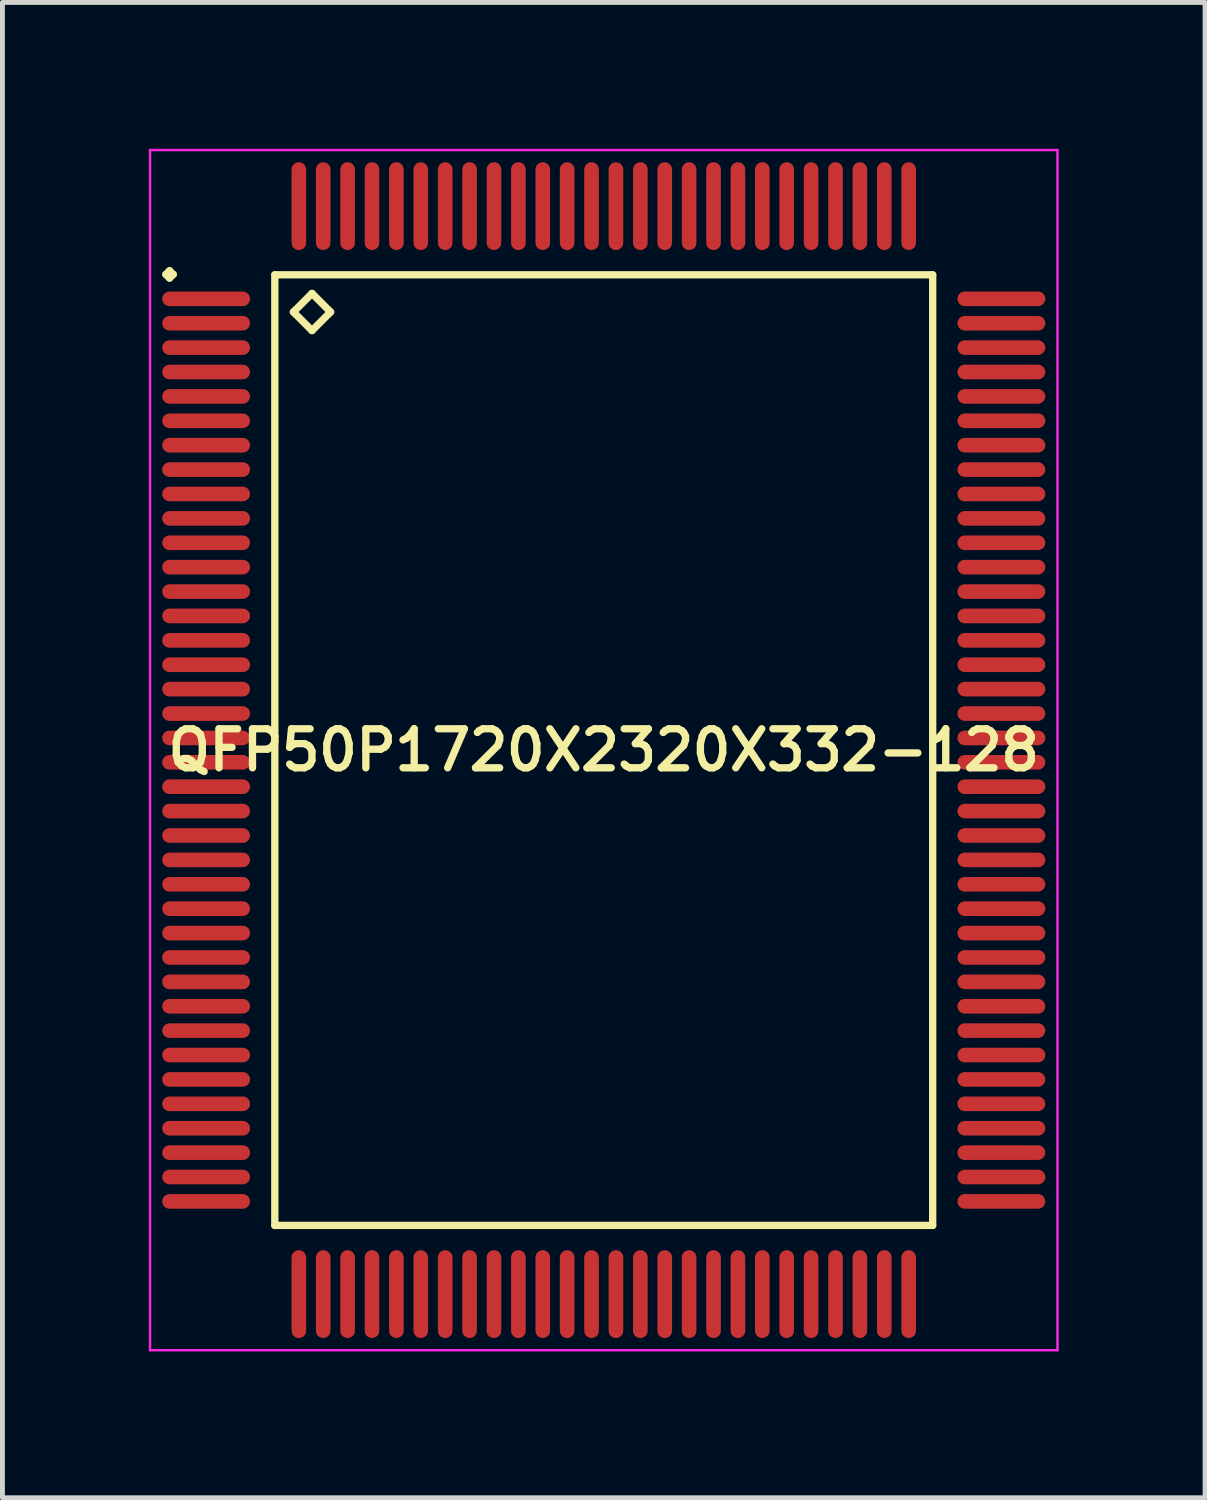
<source format=kicad_pcb>
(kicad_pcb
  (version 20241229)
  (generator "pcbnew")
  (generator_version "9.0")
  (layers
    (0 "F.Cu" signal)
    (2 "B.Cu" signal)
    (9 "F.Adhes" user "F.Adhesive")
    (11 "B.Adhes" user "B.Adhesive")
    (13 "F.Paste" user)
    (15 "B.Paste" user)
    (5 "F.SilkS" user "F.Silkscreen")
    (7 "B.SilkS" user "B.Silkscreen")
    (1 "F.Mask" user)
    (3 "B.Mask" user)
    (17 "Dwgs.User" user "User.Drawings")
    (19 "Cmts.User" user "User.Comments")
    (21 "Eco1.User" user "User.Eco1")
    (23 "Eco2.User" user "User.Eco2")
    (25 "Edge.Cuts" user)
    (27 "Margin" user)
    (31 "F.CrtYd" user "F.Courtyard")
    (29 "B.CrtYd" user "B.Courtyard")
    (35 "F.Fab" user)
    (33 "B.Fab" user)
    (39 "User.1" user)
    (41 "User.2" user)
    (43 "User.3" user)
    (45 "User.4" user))
  (footprint "QFP50P1720X2320X332-128"
    (layer "F.Cu")
    (at 9.325 12.325)
    (property "Reference" "QFP50P1720X2320X332-128" (at 0 0 0) (layer "F.SilkS") (effects (font (size 0.8 0.8) (thickness 0.15))))
    (attr smd)
    (fp_line (start -8.975 -9.75) (end -8.9 -9.825) (stroke (width 0.15) (type solid)) (layer "F.SilkS"))
    (fp_line (start -8.9 -9.825) (end -8.825 -9.75) (stroke (width 0.15) (type solid)) (layer "F.SilkS"))
    (fp_line (start -8.9 -9.675) (end -8.975 -9.75) (stroke (width 0.15) (type solid)) (layer "F.SilkS"))
    (fp_line (start -8.825 -9.75) (end -8.9 -9.675) (stroke (width 0.15) (type solid)) (layer "F.SilkS"))
    (fp_line (start -6.742 -9.742) (end -6.742 9.742) (stroke (width 0.15) (type solid)) (layer "F.SilkS"))
    (fp_line (start -6.742 9.742) (end 6.742 9.742) (stroke (width 0.15) (type solid)) (layer "F.SilkS"))
    (fp_line (start -6.361 -8.98) (end -5.98 -9.361) (stroke (width 0.15) (type solid)) (layer "F.SilkS"))
    (fp_line (start -5.98 -9.361) (end -5.599 -8.98) (stroke (width 0.15) (type solid)) (layer "F.SilkS"))
    (fp_line (start -5.98 -8.599) (end -6.361 -8.98) (stroke (width 0.15) (type solid)) (layer "F.SilkS"))
    (fp_line (start -5.599 -8.98) (end -5.98 -8.599) (stroke (width 0.15) (type solid)) (layer "F.SilkS"))
    (fp_line (start 6.742 -9.742) (end -6.742 -9.742) (stroke (width 0.15) (type solid)) (layer "F.SilkS"))
    (fp_line (start 6.742 9.742) (end 6.742 -9.742) (stroke (width 0.15) (type solid)) (layer "F.SilkS"))
    (fp_line (start -9.3 -12.3) (end 9.3 -12.3) (stroke (width 0.05) (type solid)) (layer "F.CrtYd"))
    (fp_line (start -9.3 12.3) (end -9.3 -12.3) (stroke (width 0.05) (type solid)) (layer "F.CrtYd"))
    (fp_line (start 9.3 -12.3) (end 9.3 12.3) (stroke (width 0.05) (type solid)) (layer "F.CrtYd"))
    (fp_line (start 9.3 12.3) (end -9.3 12.3) (stroke (width 0.05) (type solid)) (layer "F.CrtYd"))
    (pad "1" smd oval (at -8.15 -9.25) (size 1.8 0.3) (layers "F.Cu" "F.Mask" "F.Paste"))
    (pad "2" smd oval (at -8.15 -8.75) (size 1.8 0.3) (layers "F.Cu" "F.Mask" "F.Paste"))
    (pad "3" smd oval (at -8.15 -8.25) (size 1.8 0.3) (layers "F.Cu" "F.Mask" "F.Paste"))
    (pad "4" smd oval (at -8.15 -7.75) (size 1.8 0.3) (layers "F.Cu" "F.Mask" "F.Paste"))
    (pad "5" smd oval (at -8.15 -7.25) (size 1.8 0.3) (layers "F.Cu" "F.Mask" "F.Paste"))
    (pad "6" smd oval (at -8.15 -6.75) (size 1.8 0.3) (layers "F.Cu" "F.Mask" "F.Paste"))
    (pad "7" smd oval (at -8.15 -6.25) (size 1.8 0.3) (layers "F.Cu" "F.Mask" "F.Paste"))
    (pad "8" smd oval (at -8.15 -5.75) (size 1.8 0.3) (layers "F.Cu" "F.Mask" "F.Paste"))
    (pad "9" smd oval (at -8.15 -5.25) (size 1.8 0.3) (layers "F.Cu" "F.Mask" "F.Paste"))
    (pad "10" smd oval (at -8.15 -4.75) (size 1.8 0.3) (layers "F.Cu" "F.Mask" "F.Paste"))
    (pad "11" smd oval (at -8.15 -4.25) (size 1.8 0.3) (layers "F.Cu" "F.Mask" "F.Paste"))
    (pad "12" smd oval (at -8.15 -3.75) (size 1.8 0.3) (layers "F.Cu" "F.Mask" "F.Paste"))
    (pad "13" smd oval (at -8.15 -3.25) (size 1.8 0.3) (layers "F.Cu" "F.Mask" "F.Paste"))
    (pad "14" smd oval (at -8.15 -2.75) (size 1.8 0.3) (layers "F.Cu" "F.Mask" "F.Paste"))
    (pad "15" smd oval (at -8.15 -2.25) (size 1.8 0.3) (layers "F.Cu" "F.Mask" "F.Paste"))
    (pad "16" smd oval (at -8.15 -1.75) (size 1.8 0.3) (layers "F.Cu" "F.Mask" "F.Paste"))
    (pad "17" smd oval (at -8.15 -1.25) (size 1.8 0.3) (layers "F.Cu" "F.Mask" "F.Paste"))
    (pad "18" smd oval (at -8.15 -0.75) (size 1.8 0.3) (layers "F.Cu" "F.Mask" "F.Paste"))
    (pad "19" smd oval (at -8.15 -0.25) (size 1.8 0.3) (layers "F.Cu" "F.Mask" "F.Paste"))
    (pad "20" smd oval (at -8.15 0.25) (size 1.8 0.3) (layers "F.Cu" "F.Mask" "F.Paste"))
    (pad "21" smd oval (at -8.15 0.75) (size 1.8 0.3) (layers "F.Cu" "F.Mask" "F.Paste"))
    (pad "22" smd oval (at -8.15 1.25) (size 1.8 0.3) (layers "F.Cu" "F.Mask" "F.Paste"))
    (pad "23" smd oval (at -8.15 1.75) (size 1.8 0.3) (layers "F.Cu" "F.Mask" "F.Paste"))
    (pad "24" smd oval (at -8.15 2.25) (size 1.8 0.3) (layers "F.Cu" "F.Mask" "F.Paste"))
    (pad "25" smd oval (at -8.15 2.75) (size 1.8 0.3) (layers "F.Cu" "F.Mask" "F.Paste"))
    (pad "26" smd oval (at -8.15 3.25) (size 1.8 0.3) (layers "F.Cu" "F.Mask" "F.Paste"))
    (pad "27" smd oval (at -8.15 3.75) (size 1.8 0.3) (layers "F.Cu" "F.Mask" "F.Paste"))
    (pad "28" smd oval (at -8.15 4.25) (size 1.8 0.3) (layers "F.Cu" "F.Mask" "F.Paste"))
    (pad "29" smd oval (at -8.15 4.75) (size 1.8 0.3) (layers "F.Cu" "F.Mask" "F.Paste"))
    (pad "30" smd oval (at -8.15 5.25) (size 1.8 0.3) (layers "F.Cu" "F.Mask" "F.Paste"))
    (pad "31" smd oval (at -8.15 5.75) (size 1.8 0.3) (layers "F.Cu" "F.Mask" "F.Paste"))
    (pad "32" smd oval (at -8.15 6.25) (size 1.8 0.3) (layers "F.Cu" "F.Mask" "F.Paste"))
    (pad "33" smd oval (at -8.15 6.75) (size 1.8 0.3) (layers "F.Cu" "F.Mask" "F.Paste"))
    (pad "34" smd oval (at -8.15 7.25) (size 1.8 0.3) (layers "F.Cu" "F.Mask" "F.Paste"))
    (pad "35" smd oval (at -8.15 7.75) (size 1.8 0.3) (layers "F.Cu" "F.Mask" "F.Paste"))
    (pad "36" smd oval (at -8.15 8.25) (size 1.8 0.3) (layers "F.Cu" "F.Mask" "F.Paste"))
    (pad "37" smd oval (at -8.15 8.75) (size 1.8 0.3) (layers "F.Cu" "F.Mask" "F.Paste"))
    (pad "38" smd oval (at -8.15 9.25) (size 1.8 0.3) (layers "F.Cu" "F.Mask" "F.Paste"))
    (pad "39" smd oval (at -6.25 11.15) (size 0.3 1.8) (layers "F.Cu" "F.Mask" "F.Paste"))
    (pad "40" smd oval (at -5.75 11.15) (size 0.3 1.8) (layers "F.Cu" "F.Mask" "F.Paste"))
    (pad "41" smd oval (at -5.25 11.15) (size 0.3 1.8) (layers "F.Cu" "F.Mask" "F.Paste"))
    (pad "42" smd oval (at -4.75 11.15) (size 0.3 1.8) (layers "F.Cu" "F.Mask" "F.Paste"))
    (pad "43" smd oval (at -4.25 11.15) (size 0.3 1.8) (layers "F.Cu" "F.Mask" "F.Paste"))
    (pad "44" smd oval (at -3.75 11.15) (size 0.3 1.8) (layers "F.Cu" "F.Mask" "F.Paste"))
    (pad "45" smd oval (at -3.25 11.15) (size 0.3 1.8) (layers "F.Cu" "F.Mask" "F.Paste"))
    (pad "46" smd oval (at -2.75 11.15) (size 0.3 1.8) (layers "F.Cu" "F.Mask" "F.Paste"))
    (pad "47" smd oval (at -2.25 11.15) (size 0.3 1.8) (layers "F.Cu" "F.Mask" "F.Paste"))
    (pad "48" smd oval (at -1.75 11.15) (size 0.3 1.8) (layers "F.Cu" "F.Mask" "F.Paste"))
    (pad "49" smd oval (at -1.25 11.15) (size 0.3 1.8) (layers "F.Cu" "F.Mask" "F.Paste"))
    (pad "50" smd oval (at -0.75 11.15) (size 0.3 1.8) (layers "F.Cu" "F.Mask" "F.Paste"))
    (pad "51" smd oval (at -0.25 11.15) (size 0.3 1.8) (layers "F.Cu" "F.Mask" "F.Paste"))
    (pad "52" smd oval (at 0.25 11.15) (size 0.3 1.8) (layers "F.Cu" "F.Mask" "F.Paste"))
    (pad "53" smd oval (at 0.75 11.15) (size 0.3 1.8) (layers "F.Cu" "F.Mask" "F.Paste"))
    (pad "54" smd oval (at 1.25 11.15) (size 0.3 1.8) (layers "F.Cu" "F.Mask" "F.Paste"))
    (pad "55" smd oval (at 1.75 11.15) (size 0.3 1.8) (layers "F.Cu" "F.Mask" "F.Paste"))
    (pad "56" smd oval (at 2.25 11.15) (size 0.3 1.8) (layers "F.Cu" "F.Mask" "F.Paste"))
    (pad "57" smd oval (at 2.75 11.15) (size 0.3 1.8) (layers "F.Cu" "F.Mask" "F.Paste"))
    (pad "58" smd oval (at 3.25 11.15) (size 0.3 1.8) (layers "F.Cu" "F.Mask" "F.Paste"))
    (pad "59" smd oval (at 3.75 11.15) (size 0.3 1.8) (layers "F.Cu" "F.Mask" "F.Paste"))
    (pad "60" smd oval (at 4.25 11.15) (size 0.3 1.8) (layers "F.Cu" "F.Mask" "F.Paste"))
    (pad "61" smd oval (at 4.75 11.15) (size 0.3 1.8) (layers "F.Cu" "F.Mask" "F.Paste"))
    (pad "62" smd oval (at 5.25 11.15) (size 0.3 1.8) (layers "F.Cu" "F.Mask" "F.Paste"))
    (pad "63" smd oval (at 5.75 11.15) (size 0.3 1.8) (layers "F.Cu" "F.Mask" "F.Paste"))
    (pad "64" smd oval (at 6.25 11.15) (size 0.3 1.8) (layers "F.Cu" "F.Mask" "F.Paste"))
    (pad "65" smd oval (at 8.15 9.25) (size 1.8 0.3) (layers "F.Cu" "F.Mask" "F.Paste"))
    (pad "66" smd oval (at 8.15 8.75) (size 1.8 0.3) (layers "F.Cu" "F.Mask" "F.Paste"))
    (pad "67" smd oval (at 8.15 8.25) (size 1.8 0.3) (layers "F.Cu" "F.Mask" "F.Paste"))
    (pad "68" smd oval (at 8.15 7.75) (size 1.8 0.3) (layers "F.Cu" "F.Mask" "F.Paste"))
    (pad "69" smd oval (at 8.15 7.25) (size 1.8 0.3) (layers "F.Cu" "F.Mask" "F.Paste"))
    (pad "70" smd oval (at 8.15 6.75) (size 1.8 0.3) (layers "F.Cu" "F.Mask" "F.Paste"))
    (pad "71" smd oval (at 8.15 6.25) (size 1.8 0.3) (layers "F.Cu" "F.Mask" "F.Paste"))
    (pad "72" smd oval (at 8.15 5.75) (size 1.8 0.3) (layers "F.Cu" "F.Mask" "F.Paste"))
    (pad "73" smd oval (at 8.15 5.25) (size 1.8 0.3) (layers "F.Cu" "F.Mask" "F.Paste"))
    (pad "74" smd oval (at 8.15 4.75) (size 1.8 0.3) (layers "F.Cu" "F.Mask" "F.Paste"))
    (pad "75" smd oval (at 8.15 4.25) (size 1.8 0.3) (layers "F.Cu" "F.Mask" "F.Paste"))
    (pad "76" smd oval (at 8.15 3.75) (size 1.8 0.3) (layers "F.Cu" "F.Mask" "F.Paste"))
    (pad "77" smd oval (at 8.15 3.25) (size 1.8 0.3) (layers "F.Cu" "F.Mask" "F.Paste"))
    (pad "78" smd oval (at 8.15 2.75) (size 1.8 0.3) (layers "F.Cu" "F.Mask" "F.Paste"))
    (pad "79" smd oval (at 8.15 2.25) (size 1.8 0.3) (layers "F.Cu" "F.Mask" "F.Paste"))
    (pad "80" smd oval (at 8.15 1.75) (size 1.8 0.3) (layers "F.Cu" "F.Mask" "F.Paste"))
    (pad "81" smd oval (at 8.15 1.25) (size 1.8 0.3) (layers "F.Cu" "F.Mask" "F.Paste"))
    (pad "82" smd oval (at 8.15 0.75) (size 1.8 0.3) (layers "F.Cu" "F.Mask" "F.Paste"))
    (pad "83" smd oval (at 8.15 0.25) (size 1.8 0.3) (layers "F.Cu" "F.Mask" "F.Paste"))
    (pad "84" smd oval (at 8.15 -0.25) (size 1.8 0.3) (layers "F.Cu" "F.Mask" "F.Paste"))
    (pad "85" smd oval (at 8.15 -0.75) (size 1.8 0.3) (layers "F.Cu" "F.Mask" "F.Paste"))
    (pad "86" smd oval (at 8.15 -1.25) (size 1.8 0.3) (layers "F.Cu" "F.Mask" "F.Paste"))
    (pad "87" smd oval (at 8.15 -1.75) (size 1.8 0.3) (layers "F.Cu" "F.Mask" "F.Paste"))
    (pad "88" smd oval (at 8.15 -2.25) (size 1.8 0.3) (layers "F.Cu" "F.Mask" "F.Paste"))
    (pad "89" smd oval (at 8.15 -2.75) (size 1.8 0.3) (layers "F.Cu" "F.Mask" "F.Paste"))
    (pad "90" smd oval (at 8.15 -3.25) (size 1.8 0.3) (layers "F.Cu" "F.Mask" "F.Paste"))
    (pad "91" smd oval (at 8.15 -3.75) (size 1.8 0.3) (layers "F.Cu" "F.Mask" "F.Paste"))
    (pad "92" smd oval (at 8.15 -4.25) (size 1.8 0.3) (layers "F.Cu" "F.Mask" "F.Paste"))
    (pad "93" smd oval (at 8.15 -4.75) (size 1.8 0.3) (layers "F.Cu" "F.Mask" "F.Paste"))
    (pad "94" smd oval (at 8.15 -5.25) (size 1.8 0.3) (layers "F.Cu" "F.Mask" "F.Paste"))
    (pad "95" smd oval (at 8.15 -5.75) (size 1.8 0.3) (layers "F.Cu" "F.Mask" "F.Paste"))
    (pad "96" smd oval (at 8.15 -6.25) (size 1.8 0.3) (layers "F.Cu" "F.Mask" "F.Paste"))
    (pad "97" smd oval (at 8.15 -6.75) (size 1.8 0.3) (layers "F.Cu" "F.Mask" "F.Paste"))
    (pad "98" smd oval (at 8.15 -7.25) (size 1.8 0.3) (layers "F.Cu" "F.Mask" "F.Paste"))
    (pad "99" smd oval (at 8.15 -7.75) (size 1.8 0.3) (layers "F.Cu" "F.Mask" "F.Paste"))
    (pad "100" smd oval (at 8.15 -8.25) (size 1.8 0.3) (layers "F.Cu" "F.Mask" "F.Paste"))
    (pad "101" smd oval (at 8.15 -8.75) (size 1.8 0.3) (layers "F.Cu" "F.Mask" "F.Paste"))
    (pad "102" smd oval (at 8.15 -9.25) (size 1.8 0.3) (layers "F.Cu" "F.Mask" "F.Paste"))
    (pad "103" smd oval (at 6.25 -11.15) (size 0.3 1.8) (layers "F.Cu" "F.Mask" "F.Paste"))
    (pad "104" smd oval (at 5.75 -11.15) (size 0.3 1.8) (layers "F.Cu" "F.Mask" "F.Paste"))
    (pad "105" smd oval (at 5.25 -11.15) (size 0.3 1.8) (layers "F.Cu" "F.Mask" "F.Paste"))
    (pad "106" smd oval (at 4.75 -11.15) (size 0.3 1.8) (layers "F.Cu" "F.Mask" "F.Paste"))
    (pad "107" smd oval (at 4.25 -11.15) (size 0.3 1.8) (layers "F.Cu" "F.Mask" "F.Paste"))
    (pad "108" smd oval (at 3.75 -11.15) (size 0.3 1.8) (layers "F.Cu" "F.Mask" "F.Paste"))
    (pad "109" smd oval (at 3.25 -11.15) (size 0.3 1.8) (layers "F.Cu" "F.Mask" "F.Paste"))
    (pad "110" smd oval (at 2.75 -11.15) (size 0.3 1.8) (layers "F.Cu" "F.Mask" "F.Paste"))
    (pad "111" smd oval (at 2.25 -11.15) (size 0.3 1.8) (layers "F.Cu" "F.Mask" "F.Paste"))
    (pad "112" smd oval (at 1.75 -11.15) (size 0.3 1.8) (layers "F.Cu" "F.Mask" "F.Paste"))
    (pad "113" smd oval (at 1.25 -11.15) (size 0.3 1.8) (layers "F.Cu" "F.Mask" "F.Paste"))
    (pad "114" smd oval (at 0.75 -11.15) (size 0.3 1.8) (layers "F.Cu" "F.Mask" "F.Paste"))
    (pad "115" smd oval (at 0.25 -11.15) (size 0.3 1.8) (layers "F.Cu" "F.Mask" "F.Paste"))
    (pad "116" smd oval (at -0.25 -11.15) (size 0.3 1.8) (layers "F.Cu" "F.Mask" "F.Paste"))
    (pad "117" smd oval (at -0.75 -11.15) (size 0.3 1.8) (layers "F.Cu" "F.Mask" "F.Paste"))
    (pad "118" smd oval (at -1.25 -11.15) (size 0.3 1.8) (layers "F.Cu" "F.Mask" "F.Paste"))
    (pad "119" smd oval (at -1.75 -11.15) (size 0.3 1.8) (layers "F.Cu" "F.Mask" "F.Paste"))
    (pad "120" smd oval (at -2.25 -11.15) (size 0.3 1.8) (layers "F.Cu" "F.Mask" "F.Paste"))
    (pad "121" smd oval (at -2.75 -11.15) (size 0.3 1.8) (layers "F.Cu" "F.Mask" "F.Paste"))
    (pad "122" smd oval (at -3.25 -11.15) (size 0.3 1.8) (layers "F.Cu" "F.Mask" "F.Paste"))
    (pad "123" smd oval (at -3.75 -11.15) (size 0.3 1.8) (layers "F.Cu" "F.Mask" "F.Paste"))
    (pad "124" smd oval (at -4.25 -11.15) (size 0.3 1.8) (layers "F.Cu" "F.Mask" "F.Paste"))
    (pad "125" smd oval (at -4.75 -11.15) (size 0.3 1.8) (layers "F.Cu" "F.Mask" "F.Paste"))
    (pad "126" smd oval (at -5.25 -11.15) (size 0.3 1.8) (layers "F.Cu" "F.Mask" "F.Paste"))
    (pad "127" smd oval (at -5.75 -11.15) (size 0.3 1.8) (layers "F.Cu" "F.Mask" "F.Paste"))
    (pad "128" smd oval (at -6.25 -11.15) (size 0.3 1.8) (layers "F.Cu" "F.Mask" "F.Paste")))
  (gr_rect
    (start -3 -3)
    (end 21.65 27.65)
    (stroke (width 0.1) (type default))
    (fill no)
    (layer "Edge.Cuts")))
</source>
